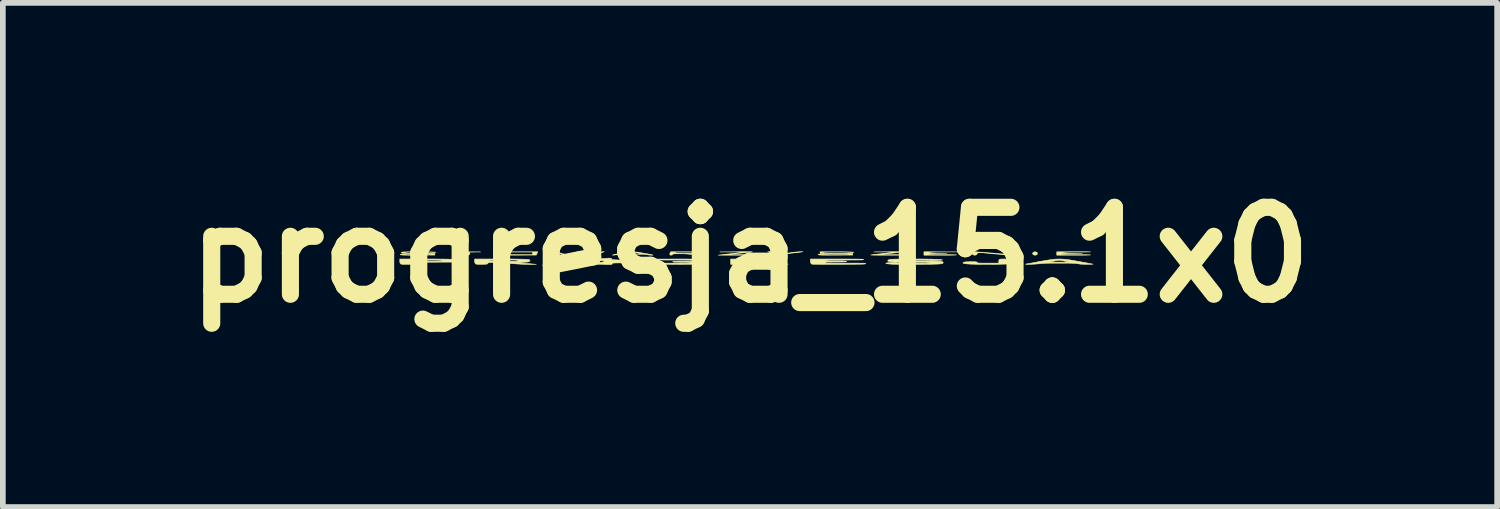
<source format=kicad_pcb>
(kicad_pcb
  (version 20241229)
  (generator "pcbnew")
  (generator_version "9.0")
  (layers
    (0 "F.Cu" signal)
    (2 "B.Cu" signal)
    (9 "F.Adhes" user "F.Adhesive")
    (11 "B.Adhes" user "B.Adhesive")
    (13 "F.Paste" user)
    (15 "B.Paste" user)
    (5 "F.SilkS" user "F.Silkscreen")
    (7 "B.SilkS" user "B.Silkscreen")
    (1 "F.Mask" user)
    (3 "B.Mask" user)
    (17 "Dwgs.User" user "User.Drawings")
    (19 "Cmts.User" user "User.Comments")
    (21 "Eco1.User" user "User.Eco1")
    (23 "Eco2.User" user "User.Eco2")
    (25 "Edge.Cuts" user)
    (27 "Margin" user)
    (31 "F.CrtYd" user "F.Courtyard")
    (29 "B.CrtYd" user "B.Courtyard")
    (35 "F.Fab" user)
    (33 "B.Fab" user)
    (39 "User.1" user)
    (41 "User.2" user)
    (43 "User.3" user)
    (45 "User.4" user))
  (footprint "progresja_15.1x0"
    (layer "F.Cu")
    (at 10.095 1.418)
    (property "Reference" "progresja_15.1x0" (at 0 0 0) (layer "F.SilkS") (effects (font (size 1.524 1.524) (thickness 0.3))))
    (attr through_hole)
    (fp_poly (pts (xy 5.017 -0.051) (xy 5.032 -0.041) (xy 5.038 -0.025) (xy 5.038 -0.025) (xy 5.032 -0.01) (xy 5.017 0.000305) (xy 4.995 0.004) (xy 4.995 0.004) (xy 4.974 0.000317) (xy 4.959 -0.01) (xy 4.953 -0.025) (xy 4.953 -0.025) (xy 4.959 -0.041) (xy 4.974 -0.051) (xy 4.995 -0.055) (xy 4.995 -0.055) (xy 5.017 -0.051)) (stroke (width 0.01) (type solid)) (fill yes) (layer "F.SilkS"))
    (fp_poly (pts (xy -4.813 -0.053) (xy -4.733 -0.053) (xy -4.724 -0.052) (xy -4.752 -0.052) (xy -4.911 -0.05) (xy -4.911 -0.023) (xy -4.917 -0.009) (xy -4.933 0.001) (xy -4.953 0.004) (xy -4.975 0.000349) (xy -4.99 -0.01) (xy -4.995 -0.023) (xy -4.995 -0.05) (xy -5.154 -0.052) (xy -5.187 -0.053) (xy -5.145 -0.053) (xy -5.037 -0.054) (xy -4.953 -0.054) (xy -4.813 -0.053)) (stroke (width 0.01) (type solid)) (fill yes) (layer "F.SilkS"))
    (fp_poly (pts (xy 0.04 -0.056) (xy 0.021 -0.053) (xy -0.046 -0.045) (xy -0.147 -0.034) (xy -0.192 -0.03) (xy -0.442 -0.004) (xy -0.2 -0.004) (xy -0.069 -0.004) (xy 0.019 -0.002) (xy 0.042 0) (xy 0.003 0.002) (xy -0.102 0.004) (xy -0.255 0.004) (xy -0.557 0.004) (xy -0.074 -0.051) (xy -0.302 -0.052) (xy -0.529 -0.052) (xy -0.254 -0.055) (xy -0.111 -0.056) (xy -0.004 -0.056) (xy 0.04 -0.056)) (stroke (width 0.01) (type solid)) (fill yes) (layer "F.SilkS"))
    (fp_poly (pts (xy -3.734 -0.026) (xy -3.747 0.002) (xy -4.051 0.003) (xy -4.213 0.004) (xy -4.311 0.003) (xy -4.367 0.001) (xy -4.4 -0.004) (xy -4.433 -0.015) (xy -4.444 -0.03) (xy -4.431 -0.044) (xy -4.419 -0.048) (xy -4.397 -0.051) (xy -4.36 -0.051) (xy -4.36 -0.004) (xy -3.81 -0.004) (xy -3.81 -0.051) (xy -4.36 -0.051) (xy -4.397 -0.051) (xy -4.388 -0.052) (xy -4.318 -0.054) (xy -4.19 -0.055) (xy -4.058 -0.055) (xy -3.721 -0.055) (xy -3.734 -0.026)) (stroke (width 0.01) (type solid)) (fill yes) (layer "F.SilkS"))
    (fp_poly (pts (xy 0.923 -0.057) (xy 0.909 -0.053) (xy 0.849 -0.045) (xy 0.786 -0.038) (xy 0.689 -0.027) (xy 0.645 -0.019) (xy 0.642 -0.01) (xy 0.644 -0.009) (xy 0.644 0.001) (xy 0.614 0.004) (xy 0.582 0.001) (xy 0.583 -0.008) (xy 0.58 -0.017) (xy 0.533 -0.027) (xy 0.443 -0.038) (xy 0.347 -0.049) (xy 0.31 -0.056) (xy 0.328 -0.057) (xy 0.397 -0.052) (xy 0.481 -0.044) (xy 0.633 -0.028) (xy 0.699 -0.037) (xy 0.792 -0.049) (xy 0.87 -0.056) (xy 0.92 -0.058) (xy 0.923 -0.057)) (stroke (width 0.01) (type solid)) (fill yes) (layer "F.SilkS"))
    (fp_poly (pts (xy 3.355 -0.054) (xy 3.662 -0.053) (xy 3.397 -0.052) (xy 3.253 -0.051) (xy 3.173 -0.049) (xy 3.14 -0.046) (xy 3.133 -0.04) (xy 3.133 -0.04) (xy 3.146 -0.033) (xy 3.201 -0.03) (xy 3.291 -0.028) (xy 3.45 -0.027) (xy 3.291 -0.026) (xy 3.186 -0.025) (xy 3.142 -0.021) (xy 3.133 -0.015) (xy 3.139 -0.009) (xy 3.171 -0.006) (xy 3.25 -0.004) (xy 3.363 -0.004) (xy 3.496 -0.004) (xy 3.591 -0.002) (xy 3.619 0) (xy 3.596 0.002) (xy 3.495 0.004) (xy 3.347 0.004) (xy 3.048 0.004) (xy 3.048 -0.055) (xy 3.355 -0.054)) (stroke (width 0.01) (type solid)) (fill yes) (layer "F.SilkS"))
    (fp_poly (pts (xy 4.572 0.114) (xy 4.571 0.134) (xy 4.566 0.146) (xy 4.552 0.154) (xy 4.526 0.158) (xy 4.484 0.16) (xy 4.463 0.161) (xy 4.32 0.164) (xy 4.146 0.165) (xy 3.978 0.164) (xy 3.847 0.16) (xy 3.817 0.158) (xy 3.75 0.151) (xy 3.731 0.141) (xy 3.734 0.136) (xy 3.752 0.126) (xy 3.795 0.121) (xy 3.863 0.119) (xy 3.944 0.119) (xy 3.975 0.124) (xy 3.979 0.131) (xy 3.985 0.139) (xy 4.016 0.143) (xy 4.096 0.144) (xy 4.17 0.144) (xy 4.36 0.144) (xy 4.36 0.108) (xy 4.361 0.091) (xy 4.368 0.08) (xy 4.384 0.074) (xy 4.415 0.072) (xy 4.466 0.072) (xy 4.572 0.072) (xy 4.572 0.114)) (stroke (width 0.01) (type solid)) (fill yes) (layer "F.SilkS"))
    (fp_poly (pts (xy 3.994 -0.052) (xy 4.088 -0.045) (xy 4.205 -0.035) (xy 4.22 -0.034) (xy 4.337 -0.024) (xy 4.432 -0.016) (xy 4.485 -0.013) (xy 4.489 -0.013) (xy 4.512 -0.017) (xy 4.532 -0.026) (xy 4.541 -0.035) (xy 4.549 -0.045) (xy 4.554 -0.048) (xy 4.559 -0.043) (xy 4.563 -0.03) (xy 4.564 -0.026) (xy 4.572 0.005) (xy 4.367 -0.012) (xy 4.249 -0.022) (xy 4.153 -0.031) (xy 4.107 -0.036) (xy 4.044 -0.042) (xy 4.004 -0.04) (xy 3.983 -0.031) (xy 3.979 -0.019) (xy 3.972 -0.006) (xy 3.954 0.002) (xy 3.937 0.004) (xy 3.915 0.000317) (xy 3.9 -0.01) (xy 3.895 -0.025) (xy 3.895 -0.025) (xy 3.901 -0.043) (xy 3.92 -0.053) (xy 3.942 -0.055) (xy 3.994 -0.052)) (stroke (width 0.01) (type solid)) (fill yes) (layer "F.SilkS"))
    (fp_poly (pts (xy 5.924 -0.055) (xy 5.969 -0.054) (xy 5.969 -0.054) (xy 5.931 -0.052) (xy 5.83 -0.051) (xy 5.712 -0.051) (xy 5.571 -0.051) (xy 5.495 -0.049) (xy 5.467 -0.047) (xy 5.468 -0.041) (xy 5.469 -0.041) (xy 5.497 -0.035) (xy 5.573 -0.031) (xy 5.652 -0.029) (xy 5.821 -0.027) (xy 5.641 -0.026) (xy 5.527 -0.025) (xy 5.475 -0.022) (xy 5.461 -0.016) (xy 5.461 -0.015) (xy 5.466 -0.009) (xy 5.496 -0.006) (xy 5.569 -0.004) (xy 5.706 -0.004) (xy 5.715 -0.004) (xy 5.85 -0.004) (xy 5.942 -0.002) (xy 5.969 0) (xy 5.93 0.002) (xy 5.825 0.004) (xy 5.673 0.004) (xy 5.376 0.004) (xy 5.376 -0.054) (xy 5.673 -0.056) (xy 5.819 -0.056) (xy 5.924 -0.055)) (stroke (width 0.01) (type solid)) (fill yes) (layer "F.SilkS"))
    (fp_poly (pts (xy 2.706 -0.056) (xy 2.707 -0.056) (xy 2.688 -0.053) (xy 2.621 -0.045) (xy 2.52 -0.034) (xy 2.475 -0.03) (xy 2.225 -0.004) (xy 2.467 -0.004) (xy 2.598 -0.004) (xy 2.686 -0.002) (xy 2.709 0) (xy 2.67 0.002) (xy 2.565 0.004) (xy 2.413 0.004) (xy 2.413 0.004) (xy 2.267 0.004) (xy 2.161 0.003) (xy 2.117 0.001) (xy 2.117 0.001) (xy 2.145 -0.004) (xy 2.219 -0.012) (xy 2.322 -0.023) (xy 2.328 -0.023) (xy 2.433 -0.034) (xy 2.509 -0.043) (xy 2.54 -0.047) (xy 2.54 -0.047) (xy 2.502 -0.049) (xy 2.404 -0.051) (xy 2.318 -0.052) (xy 2.209 -0.052) (xy 2.171 -0.052) (xy 2.206 -0.053) (xy 2.32 -0.054) (xy 2.392 -0.055) (xy 2.541 -0.056) (xy 2.654 -0.056) (xy 2.706 -0.056)) (stroke (width 0.01) (type solid)) (fill yes) (layer "F.SilkS"))
    (fp_poly (pts (xy -5.704 0.072) (xy -5.517 0.072) (xy -5.358 0.073) (xy -5.25 0.075) (xy -5.215 0.076) (xy -5.179 0.082) (xy -5.171 0.097) (xy -5.173 0.102) (xy -5.186 0.125) (xy -5.546 0.127) (xy -5.905 0.129) (xy -5.919 0.147) (xy -5.936 0.159) (xy -5.97 0.164) (xy -6.007 0.165) (xy -6.086 0.164) (xy -6.11 0.162) (xy -6.122 0.157) (xy -6.131 0.145) (xy -6.137 0.129) (xy -6.138 0.116) (xy -6.138 0.106) (xy -5.921 0.106) (xy -5.896 0.108) (xy -5.827 0.11) (xy -5.695 0.11) (xy -5.652 0.11) (xy -5.502 0.11) (xy -5.419 0.109) (xy -5.385 0.106) (xy -5.382 0.102) (xy -5.384 0.101) (xy -5.399 0.095) (xy -5.441 0.092) (xy -5.528 0.091) (xy -5.652 0.091) (xy -5.794 0.091) (xy -5.872 0.093) (xy -5.907 0.096) (xy -5.919 0.101) (xy -5.921 0.106) (xy -6.138 0.106) (xy -6.138 0.072) (xy -5.704 0.072)) (stroke (width 0.01) (type solid)) (fill yes) (layer "F.SilkS"))
    (fp_poly (pts (xy 1.673 -0.054) (xy 1.782 -0.051) (xy 1.82 -0.047) (xy 1.798 -0.043) (xy 1.759 -0.044) (xy 1.748 -0.046) (xy 1.693 -0.049) (xy 1.565 -0.051) (xy 1.499 -0.051) (xy 1.367 -0.051) (xy 1.299 -0.049) (xy 1.273 -0.045) (xy 1.27 -0.04) (xy 1.276 -0.035) (xy 1.307 -0.031) (xy 1.382 -0.03) (xy 1.522 -0.029) (xy 1.535 -0.029) (xy 1.799 -0.028) (xy 1.799 0.002) (xy 1.513 0.003) (xy 1.353 0.004) (xy 1.259 0.003) (xy 1.212 -0.000113) (xy 1.201 -0.002) (xy 1.195 -0.009) (xy 1.207 -0.012) (xy 1.247 -0.012) (xy 1.258 -0.01) (xy 1.313 -0.006) (xy 1.44 -0.004) (xy 1.506 -0.004) (xy 1.638 -0.005) (xy 1.707 -0.006) (xy 1.732 -0.01) (xy 1.736 -0.015) (xy 1.73 -0.021) (xy 1.701 -0.024) (xy 1.628 -0.025) (xy 1.491 -0.025) (xy 1.228 -0.025) (xy 1.228 -0.055) (xy 1.5 -0.055) (xy 1.673 -0.054)) (stroke (width 0.01) (type solid)) (fill yes) (layer "F.SilkS"))
    (fp_poly (pts (xy -0.812 -0.039) (xy -0.832 -0.028) (xy -0.877 -0.023) (xy -0.921 -0.022) (xy -0.994 -0.02) (xy -1.006 -0.017) (xy -0.954 -0.011) (xy -0.9 -0.006) (xy -0.836 0.000279) (xy -0.822 0.004) (xy -0.828 0.004) (xy -0.883 0.001) (xy -0.967 -0.006) (xy -0.995 -0.008) (xy -1.13 -0.019) (xy -1.236 -0.021) (xy -1.32 -0.02) (xy -1.351 -0.015) (xy -1.355 -0.008) (xy -1.364 0.000457) (xy -1.386 0.004) (xy -1.386 0.004) (xy -1.4 0.00038) (xy -1.407 -0.01) (xy -1.405 -0.024) (xy -1.404 -0.025) (xy -1.398 -0.038) (xy -1.312 -0.038) (xy -1.308 -0.03) (xy -1.281 -0.027) (xy -1.209 -0.026) (xy -1.111 -0.026) (xy -0.989 -0.027) (xy -0.93 -0.03) (xy -0.911 -0.035) (xy -0.91 -0.038) (xy -0.919 -0.045) (xy -0.958 -0.048) (xy -1.052 -0.05) (xy -1.111 -0.05) (xy -1.232 -0.05) (xy -1.291 -0.049) (xy -1.311 -0.044) (xy -1.312 -0.038) (xy -1.398 -0.038) (xy -1.39 -0.055) (xy -0.799 -0.055) (xy -0.812 -0.039)) (stroke (width 0.01) (type solid)) (fill yes) (layer "F.SilkS"))
    (fp_poly (pts (xy -2.002 -0.052) (xy -1.933 -0.042) (xy -1.857 -0.029) (xy -1.853 -0.029) (xy -1.771 -0.013) (xy -1.722 -0.003) (xy -1.701 0.002) (xy -1.702 0.004) (xy -1.72 0.004) (xy -1.729 0.004) (xy -1.775 0.001) (xy -1.799 -0.004) (xy -1.829 -0.009) (xy -1.893 -0.012) (xy -2.014 -0.013) (xy -2.051 -0.013) (xy -2.193 -0.012) (xy -2.279 -0.009) (xy -2.337 -0.004) (xy -2.342 -0.003) (xy -2.39 0.003) (xy -2.411 0.003) (xy -2.392 -0.004) (xy -2.338 -0.015) (xy -2.313 -0.019) (xy -2.244 -0.019) (xy -2.206 -0.018) (xy -2.112 -0.017) (xy -2.074 -0.017) (xy -1.968 -0.018) (xy -1.909 -0.02) (xy -1.905 -0.021) (xy -1.922 -0.027) (xy -1.961 -0.036) (xy -2.007 -0.045) (xy -2.043 -0.05) (xy -2.05 -0.051) (xy -2.078 -0.048) (xy -2.129 -0.04) (xy -2.186 -0.03) (xy -2.229 -0.022) (xy -2.244 -0.019) (xy -2.313 -0.019) (xy -2.265 -0.027) (xy -2.185 -0.04) (xy -2.112 -0.049) (xy -2.06 -0.055) (xy -2.05 -0.055) (xy -2.002 -0.052)) (stroke (width 0.01) (type solid)) (fill yes) (layer "F.SilkS"))
    (fp_poly (pts (xy -5.649 -0.054) (xy -5.541 -0.051) (xy -5.504 -0.047) (xy -5.526 -0.043) (xy -5.565 -0.044) (xy -5.576 -0.046) (xy -5.631 -0.049) (xy -5.758 -0.051) (xy -5.824 -0.051) (xy -5.956 -0.051) (xy -6.025 -0.049) (xy -6.05 -0.045) (xy -6.054 -0.04) (xy -6.048 -0.035) (xy -6.017 -0.031) (xy -5.941 -0.03) (xy -5.802 -0.029) (xy -5.789 -0.029) (xy -5.524 -0.028) (xy -5.524 0.002) (xy -5.811 0.003) (xy -5.971 0.004) (xy -6.065 0.003) (xy -6.112 -0.000113) (xy -6.123 -0.002) (xy -6.129 -0.009) (xy -6.117 -0.012) (xy -6.077 -0.012) (xy -6.066 -0.01) (xy -6.011 -0.006) (xy -5.883 -0.004) (xy -5.817 -0.004) (xy -5.685 -0.005) (xy -5.617 -0.006) (xy -5.591 -0.01) (xy -5.588 -0.015) (xy -5.594 -0.021) (xy -5.623 -0.024) (xy -5.698 -0.025) (xy -5.837 -0.025) (xy -5.837 -0.025) (xy -5.978 -0.026) (xy -6.056 -0.027) (xy -6.092 -0.031) (xy -6.105 -0.035) (xy -6.114 -0.045) (xy -6.086 -0.051) (xy -6.006 -0.054) (xy -5.859 -0.055) (xy -5.82 -0.055) (xy -5.649 -0.054)) (stroke (width 0.01) (type solid)) (fill yes) (layer "F.SilkS"))
    (fp_poly (pts (xy -2.557 -0.058) (xy -2.561 -0.054) (xy -2.589 -0.043) (xy -2.633 -0.03) (xy -2.685 -0.017) (xy -2.735 -0.005) (xy -2.775 0.003) (xy -2.791 0.004) (xy -2.819 0.001) (xy -2.86 -0.009) (xy -2.894 -0.019) (xy -2.939 -0.032) (xy -2.979 -0.04) (xy -3 -0.042) (xy -3.029 -0.039) (xy -3.071 -0.029) (xy -3.106 -0.019) (xy -3.151 -0.007) (xy -3.193 0.002) (xy -3.216 0.004) (xy -3.247 0.001) (xy -3.293 -0.009) (xy -3.336 -0.02) (xy -3.387 -0.035) (xy -3.431 -0.047) (xy -3.453 -0.053) (xy -3.465 -0.058) (xy -3.438 -0.058) (xy -3.4 -0.052) (xy -3.351 -0.041) (xy -3.317 -0.032) (xy -3.274 -0.019) (xy -3.236 -0.011) (xy -3.218 -0.008) (xy -3.191 -0.012) (xy -3.148 -0.022) (xy -3.114 -0.031) (xy -3.066 -0.044) (xy -3.025 -0.053) (xy -3.007 -0.056) (xy -2.981 -0.054) (xy -2.942 -0.046) (xy -2.9 -0.034) (xy -2.845 -0.018) (xy -2.801 -0.01) (xy -2.763 -0.01) (xy -2.73 -0.018) (xy -2.724 -0.02) (xy -2.687 -0.033) (xy -2.641 -0.045) (xy -2.597 -0.054) (xy -2.564 -0.058) (xy -2.557 -0.058)) (stroke (width 0.01) (type solid)) (fill yes) (layer "F.SilkS"))
    (fp_poly (pts (xy 5.47 0.073) (xy 5.522 0.077) (xy 5.582 0.084) (xy 5.662 0.097) (xy 5.768 0.116) (xy 5.863 0.133) (xy 5.941 0.148) (xy 5.993 0.158) (xy 6.011 0.162) (xy 5.975 0.164) (xy 5.905 0.165) (xy 5.8 0.162) (xy 5.75 0.155) (xy 5.717 0.149) (xy 5.668 0.146) (xy 5.582 0.144) (xy 5.435 0.144) (xy 5.417 0.144) (xy 5.261 0.144) (xy 5.166 0.146) (xy 5.107 0.149) (xy 5.063 0.155) (xy 5.003 0.16) (xy 4.927 0.164) (xy 4.861 0.166) (xy 4.83 0.163) (xy 4.833 0.161) (xy 4.858 0.156) (xy 4.915 0.146) (xy 4.995 0.131) (xy 5.025 0.125) (xy 5.249 0.125) (xy 5.287 0.126) (xy 5.381 0.127) (xy 5.419 0.127) (xy 5.525 0.127) (xy 5.584 0.125) (xy 5.588 0.125) (xy 5.57 0.119) (xy 5.528 0.11) (xy 5.477 0.101) (xy 5.434 0.094) (xy 5.419 0.093) (xy 5.388 0.096) (xy 5.34 0.105) (xy 5.291 0.114) (xy 5.256 0.122) (xy 5.249 0.125) (xy 5.025 0.125) (xy 5.08 0.115) (xy 5.185 0.096) (xy 5.262 0.084) (xy 5.321 0.076) (xy 5.371 0.073) (xy 5.419 0.072) (xy 5.47 0.073)) (stroke (width 0.01) (type solid)) (fill yes) (layer "F.SilkS"))
    (fp_poly (pts (xy -1.109 0.072) (xy -0.957 0.074) (xy -0.864 0.077) (xy -0.817 0.082) (xy -0.804 0.09) (xy -0.804 0.09) (xy -0.834 0.096) (xy -0.91 0.097) (xy -0.99 0.096) (xy -1.016 0.093) (xy -1.055 0.091) (xy -1.162 0.09) (xy -1.319 0.089) (xy -1.333 0.089) (xy -1.651 0.089) (xy -1.651 0.144) (xy -1.333 0.144) (xy -1.171 0.144) (xy -1.076 0.143) (xy -1.03 0.141) (xy -1.016 0.137) (xy -1.016 0.135) (xy -1.03 0.13) (xy -1.088 0.127) (xy -1.185 0.127) (xy -1.296 0.126) (xy -1.345 0.123) (xy -1.355 0.119) (xy -1.346 0.114) (xy -1.308 0.111) (xy -1.221 0.11) (xy -1.079 0.11) (xy -0.804 0.11) (xy -0.804 0.133) (xy -0.808 0.147) (xy -0.827 0.155) (xy -0.869 0.159) (xy -0.913 0.161) (xy -1.02 0.163) (xy -1.181 0.164) (xy -1.367 0.165) (xy -1.549 0.164) (xy -1.697 0.162) (xy -1.767 0.161) (xy -1.813 0.158) (xy -1.841 0.154) (xy -1.856 0.147) (xy -1.862 0.134) (xy -1.863 0.12) (xy -1.857 0.099) (xy -1.839 0.084) (xy -1.812 0.077) (xy -1.812 0.077) (xy -1.739 0.074) (xy -1.588 0.073) (xy -1.365 0.072) (xy -1.333 0.072) (xy -1.109 0.072)) (stroke (width 0.01) (type solid)) (fill yes) (layer "F.SilkS"))
    (fp_poly (pts (xy 0.333 0.073) (xy 0.495 0.074) (xy 0.579 0.077) (xy 0.584 0.077) (xy 0.614 0.084) (xy 0.633 0.096) (xy 0.635 0.103) (xy 0.629 0.115) (xy 0.605 0.122) (xy 0.549 0.126) (xy 0.526 0.127) (xy 0.432 0.129) (xy 0.377 0.129) (xy 0.342 0.129) (xy 0.341 0.13) (xy 0.373 0.134) (xy 0.452 0.142) (xy 0.508 0.146) (xy 0.623 0.156) (xy 0.667 0.161) (xy 0.644 0.164) (xy 0.569 0.165) (xy 0.467 0.162) (xy 0.333 0.154) (xy 0.259 0.148) (xy 0.137 0.139) (xy 0.027 0.133) (xy -0.034 0.131) (xy -0.095 0.132) (xy -0.121 0.138) (xy -0.127 0.148) (xy -0.133 0.159) (xy -0.16 0.164) (xy -0.224 0.165) (xy -0.233 0.165) (xy -0.339 0.165) (xy -0.339 0.099) (xy -0.127 0.099) (xy -0.121 0.105) (xy -0.088 0.108) (xy -0.008 0.11) (xy 0.116 0.111) (xy 0.281 0.111) (xy 0.377 0.11) (xy 0.417 0.106) (xy 0.416 0.099) (xy 0.393 0.094) (xy 0.333 0.092) (xy 0.216 0.09) (xy 0.137 0.09) (xy -0.007 0.089) (xy -0.086 0.09) (xy -0.119 0.092) (xy -0.127 0.098) (xy -0.127 0.099) (xy -0.339 0.099) (xy -0.339 0.072) (xy 0.097 0.072) (xy 0.333 0.073)) (stroke (width 0.01) (type solid)) (fill yes) (layer "F.SilkS"))
    (fp_poly (pts (xy -4.163 0.072) (xy -4.011 0.074) (xy -3.918 0.077) (xy -3.871 0.083) (xy -3.857 0.093) (xy -3.86 0.104) (xy -3.873 0.117) (xy -3.903 0.124) (xy -3.968 0.128) (xy -4.022 0.13) (xy -4.106 0.133) (xy -4.133 0.135) (xy -4.128 0.135) (xy -4.074 0.138) (xy -3.982 0.145) (xy -3.916 0.15) (xy -3.747 0.165) (xy -3.885 0.165) (xy -3.997 0.163) (xy -4.114 0.156) (xy -4.207 0.148) (xy -4.334 0.138) (xy -4.446 0.132) (xy -4.492 0.131) (xy -4.559 0.132) (xy -4.587 0.137) (xy -4.593 0.147) (xy -4.603 0.158) (xy -4.639 0.163) (xy -4.68 0.164) (xy -4.764 0.164) (xy -4.796 0.162) (xy -4.808 0.157) (xy -4.818 0.145) (xy -4.825 0.129) (xy -4.826 0.116) (xy -4.826 0.099) (xy -4.593 0.099) (xy -4.581 0.105) (xy -4.53 0.108) (xy -4.422 0.109) (xy -4.36 0.11) (xy -4.206 0.111) (xy -4.117 0.111) (xy -4.076 0.108) (xy -4.064 0.102) (xy -4.064 0.099) (xy -4.069 0.093) (xy -4.095 0.09) (xy -4.163 0.089) (xy -4.292 0.09) (xy -4.329 0.09) (xy -4.475 0.091) (xy -4.555 0.093) (xy -4.588 0.096) (xy -4.593 0.099) (xy -4.826 0.099) (xy -4.826 0.072) (xy -4.387 0.072) (xy -4.163 0.072)) (stroke (width 0.01) (type solid)) (fill yes) (layer "F.SilkS"))
    (fp_poly (pts (xy 1.728 0.072) (xy 1.862 0.073) (xy 1.94 0.074) (xy 1.978 0.076) (xy 1.989 0.079) (xy 1.99 0.08) (xy 1.983 0.085) (xy 1.95 0.087) (xy 1.875 0.088) (xy 1.74 0.089) (xy 1.651 0.089) (xy 1.482 0.089) (xy 1.381 0.09) (xy 1.331 0.092) (xy 1.314 0.095) (xy 1.312 0.097) (xy 1.325 0.103) (xy 1.377 0.105) (xy 1.489 0.106) (xy 1.503 0.106) (xy 1.622 0.106) (xy 1.678 0.109) (xy 1.693 0.114) (xy 1.693 0.114) (xy 1.681 0.12) (xy 1.629 0.122) (xy 1.517 0.123) (xy 1.503 0.123) (xy 1.385 0.123) (xy 1.33 0.125) (xy 1.313 0.13) (xy 1.312 0.133) (xy 1.316 0.138) (xy 1.337 0.142) (xy 1.392 0.143) (xy 1.498 0.144) (xy 1.672 0.144) (xy 1.675 0.144) (xy 1.85 0.144) (xy 1.956 0.145) (xy 2.01 0.146) (xy 2.027 0.149) (xy 2.024 0.153) (xy 2.014 0.158) (xy 1.986 0.161) (xy 1.926 0.162) (xy 1.818 0.163) (xy 1.646 0.164) (xy 1.564 0.164) (xy 1.377 0.164) (xy 1.223 0.164) (xy 1.12 0.163) (xy 1.088 0.162) (xy 1.076 0.157) (xy 1.066 0.145) (xy 1.06 0.129) (xy 1.058 0.116) (xy 1.058 0.072) (xy 1.524 0.072) (xy 1.728 0.072)) (stroke (width 0.01) (type solid)) (fill yes) (layer "F.SilkS"))
    (fp_poly (pts (xy 3.012 0.072) (xy 3.169 0.074) (xy 3.284 0.077) (xy 3.322 0.079) (xy 3.374 0.087) (xy 3.343 0.094) (xy 3.268 0.098) (xy 3.195 0.099) (xy 3.175 0.095) (xy 3.155 0.092) (xy 3.087 0.09) (xy 2.953 0.089) (xy 2.9 0.089) (xy 2.751 0.089) (xy 2.668 0.09) (xy 2.632 0.093) (xy 2.625 0.097) (xy 2.633 0.102) (xy 2.668 0.104) (xy 2.75 0.106) (xy 2.896 0.106) (xy 2.924 0.106) (xy 3.129 0.106) (xy 3.265 0.109) (xy 3.343 0.114) (xy 3.379 0.122) (xy 3.386 0.132) (xy 3.38 0.146) (xy 3.353 0.155) (xy 3.289 0.16) (xy 3.175 0.163) (xy 2.995 0.164) (xy 2.933 0.164) (xy 2.756 0.164) (xy 2.606 0.164) (xy 2.508 0.163) (xy 2.489 0.162) (xy 2.418 0.157) (xy 2.38 0.148) (xy 2.392 0.14) (xy 2.446 0.136) (xy 2.521 0.136) (xy 2.575 0.138) (xy 2.582 0.14) (xy 2.621 0.142) (xy 2.726 0.143) (xy 2.878 0.144) (xy 2.879 0.144) (xy 3.034 0.144) (xy 3.124 0.143) (xy 3.164 0.14) (xy 3.175 0.136) (xy 3.175 0.135) (xy 3.167 0.131) (xy 3.131 0.128) (xy 3.05 0.127) (xy 2.904 0.127) (xy 2.876 0.127) (xy 2.67 0.126) (xy 2.535 0.124) (xy 2.457 0.119) (xy 2.42 0.111) (xy 2.413 0.1) (xy 2.424 0.088) (xy 2.452 0.079) (xy 2.464 0.077) (xy 2.538 0.074) (xy 2.672 0.072) (xy 2.838 0.072) (xy 3.012 0.072)) (stroke (width 0.01) (type solid)) (fill yes) (layer "F.SilkS"))
    (fp_poly (pts (xy -2.78 0.051) (xy -2.765 0.055) (xy -2.709 0.064) (xy -2.62 0.065) (xy -2.535 0.061) (xy -2.475 0.056) (xy -2.444 0.058) (xy -2.431 0.061) (xy -2.424 0.069) (xy -2.434 0.072) (xy -2.436 0.079) (xy -2.379 0.085) (xy -2.286 0.089) (xy -2.26 0.089) (xy -2.175 0.091) (xy -2.169 0.096) (xy -2.223 0.102) (xy -2.279 0.11) (xy -2.272 0.12) (xy -2.217 0.126) (xy -2.171 0.131) (xy -2.196 0.137) (xy -2.277 0.14) (xy -2.31 0.14) (xy -2.383 0.141) (xy -2.415 0.146) (xy -2.417 0.156) (xy -2.415 0.16) (xy -2.435 0.168) (xy -2.498 0.169) (xy -2.567 0.165) (xy -2.63 0.163) (xy -2.706 0.164) (xy -2.75 0.168) (xy -2.752 0.169) (xy -2.775 0.175) (xy -2.826 0.181) (xy -2.876 0.184) (xy -2.89 0.184) (xy -2.917 0.177) (xy -2.921 0.173) (xy -2.956 0.166) (xy -3.035 0.162) (xy -3.12 0.163) (xy -3.145 0.165) (xy -3.225 0.17) (xy -3.277 0.167) (xy -3.292 0.157) (xy -3.292 0.156) (xy -3.296 0.146) (xy -3.338 0.141) (xy -3.365 0.141) (xy -3.491 0.138) (xy -3.54 0.135) (xy -3.522 0.131) (xy -3.482 0.127) (xy -3.401 0.117) (xy -3.401 0.116) (xy -3.123 0.116) (xy -3.089 0.128) (xy -3 0.137) (xy -2.906 0.141) (xy -2.784 0.139) (xy -2.661 0.133) (xy -2.573 0.124) (xy -2.555 0.12) (xy -2.559 0.107) (xy -2.625 0.096) (xy -2.733 0.089) (xy -2.862 0.087) (xy -2.989 0.091) (xy -3.003 0.092) (xy -3.095 0.103) (xy -3.123 0.116) (xy -3.401 0.116) (xy -3.4 0.108) (xy -3.473 0.102) (xy -3.532 0.096) (xy -3.515 0.091) (xy -3.429 0.089) (xy -3.41 0.089) (xy -3.314 0.086) (xy -3.277 0.077) (xy -3.289 0.068) (xy -3.289 0.061) (xy -3.229 0.059) (xy -3.225 0.059) (xy -3.143 0.061) (xy -3.114 0.063) (xy -3.058 0.066) (xy -2.985 0.064) (xy -2.93 0.058) (xy -2.921 0.055) (xy -2.894 0.048) (xy -2.836 0.047) (xy -2.78 0.051)) (stroke (width 0.01) (type solid)) (fill yes) (layer "F.SilkS")))
  (gr_rect
    (start -3 -3)
    (end 23.189 5.836)
    (stroke (width 0.1) (type default))
    (fill no)
    (layer "Edge.Cuts")))
</source>
